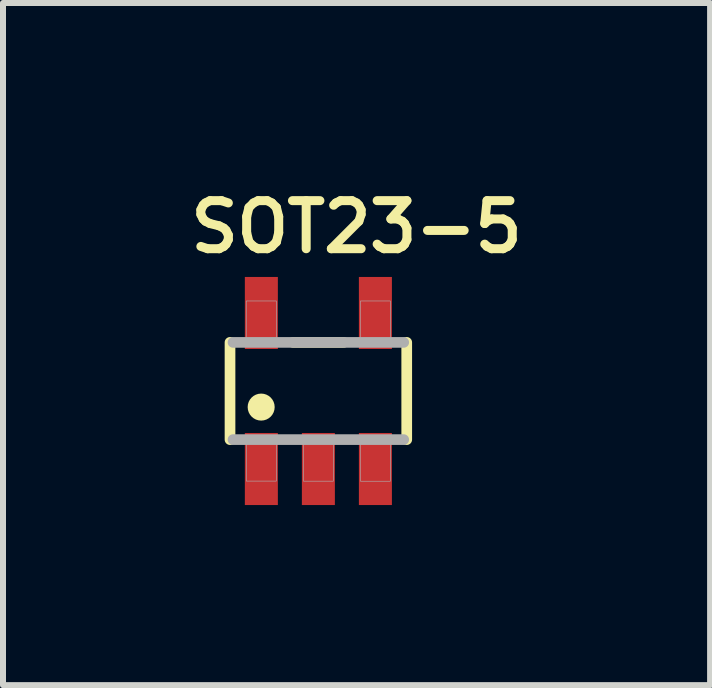
<source format=kicad_pcb>
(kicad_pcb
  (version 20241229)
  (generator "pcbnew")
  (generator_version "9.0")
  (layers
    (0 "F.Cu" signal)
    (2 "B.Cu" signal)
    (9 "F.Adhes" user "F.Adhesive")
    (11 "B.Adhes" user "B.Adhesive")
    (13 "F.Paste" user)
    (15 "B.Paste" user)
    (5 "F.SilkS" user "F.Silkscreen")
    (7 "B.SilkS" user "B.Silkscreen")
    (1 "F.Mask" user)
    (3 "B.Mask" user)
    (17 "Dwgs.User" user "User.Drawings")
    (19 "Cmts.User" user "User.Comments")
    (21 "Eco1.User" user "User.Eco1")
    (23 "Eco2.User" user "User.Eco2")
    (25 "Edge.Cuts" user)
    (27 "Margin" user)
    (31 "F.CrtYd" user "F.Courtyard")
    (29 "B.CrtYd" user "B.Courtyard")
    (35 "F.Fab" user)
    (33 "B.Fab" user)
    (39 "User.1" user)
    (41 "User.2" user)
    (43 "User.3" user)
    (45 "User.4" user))
  (footprint "SOT23-5"
    (layer "F.Cu")
    (at 2.254 3.464)
    (property "Reference" "SOT23-5" (at 0.636 -2.733 0) (layer "F.SilkS") (effects (font (size 0.801 0.801) (thickness 0.15))))
    (attr through_hole)
    (fp_line (start -1.472 0.81) (end -1.472 -0.81) (stroke (width 0.178) (type solid)) (layer "F.SilkS"))
    (fp_line (start -0.422 -0.81) (end 0.422 -0.81) (stroke (width 0.178) (type solid)) (layer "F.SilkS"))
    (fp_line (start 1.472 -0.81) (end 1.472 0.81) (stroke (width 0.178) (type solid)) (layer "F.SilkS"))
    (fp_circle (center -0.953 0.268) (end -0.728 0.268) (stroke (width 0) (type solid)) (fill yes) (layer "F.SilkS"))
    (fp_line (start -1.422 -0.81) (end 1.422 -0.81) (stroke (width 0.178) (type solid)) (layer "F.Fab"))
    (fp_line (start 1.422 0.81) (end -1.422 0.81) (stroke (width 0.178) (type solid)) (layer "F.Fab"))
    (fp_poly (pts (xy -1.202 -1.5) (xy -0.7 -1.5) (xy -0.7 -0.852) (xy -1.202 -0.852)) (stroke (width 0.01) (type solid)) (fill no) (layer "F.Fab"))
    (fp_poly (pts (xy -1.201 0.85) (xy -0.7 0.85) (xy -0.7 1.501) (xy -1.201 1.501)) (stroke (width 0.01) (type solid)) (fill no) (layer "F.Fab"))
    (fp_poly (pts (xy -0.25 0.85) (xy 0.25 0.85) (xy 0.25 1.502) (xy -0.25 1.502)) (stroke (width 0.01) (type solid)) (fill no) (layer "F.Fab"))
    (fp_poly (pts (xy 0.701 -1.5) (xy 1.2 -1.5) (xy 1.2 -0.851) (xy 0.701 -0.851)) (stroke (width 0.01) (type solid)) (fill no) (layer "F.Fab"))
    (fp_poly (pts (xy 0.701 0.85) (xy 1.2 0.85) (xy 1.2 1.503) (xy 0.701 1.503)) (stroke (width 0.01) (type solid)) (fill no) (layer "F.Fab"))
    (pad "1" smd rect (at -0.95 1.3) (size 0.55 1.2) (layers "F.Cu" "F.Mask" "F.Paste"))
    (pad "2" smd rect (at 0 1.3) (size 0.55 1.2) (layers "F.Cu" "F.Mask" "F.Paste"))
    (pad "3" smd rect (at 0.95 1.3) (size 0.55 1.2) (layers "F.Cu" "F.Mask" "F.Paste"))
    (pad "4" smd rect (at 0.95 -1.3) (size 0.55 1.2) (layers "F.Cu" "F.Mask" "F.Paste"))
    (pad "5" smd rect (at -0.95 -1.3) (size 0.55 1.2) (layers "F.Cu" "F.Mask" "F.Paste")))
  (gr_rect
    (start -3 -3)
    (end 8.78 8.364)
    (stroke (width 0.1) (type default))
    (fill no)
    (layer "Edge.Cuts")))
</source>
